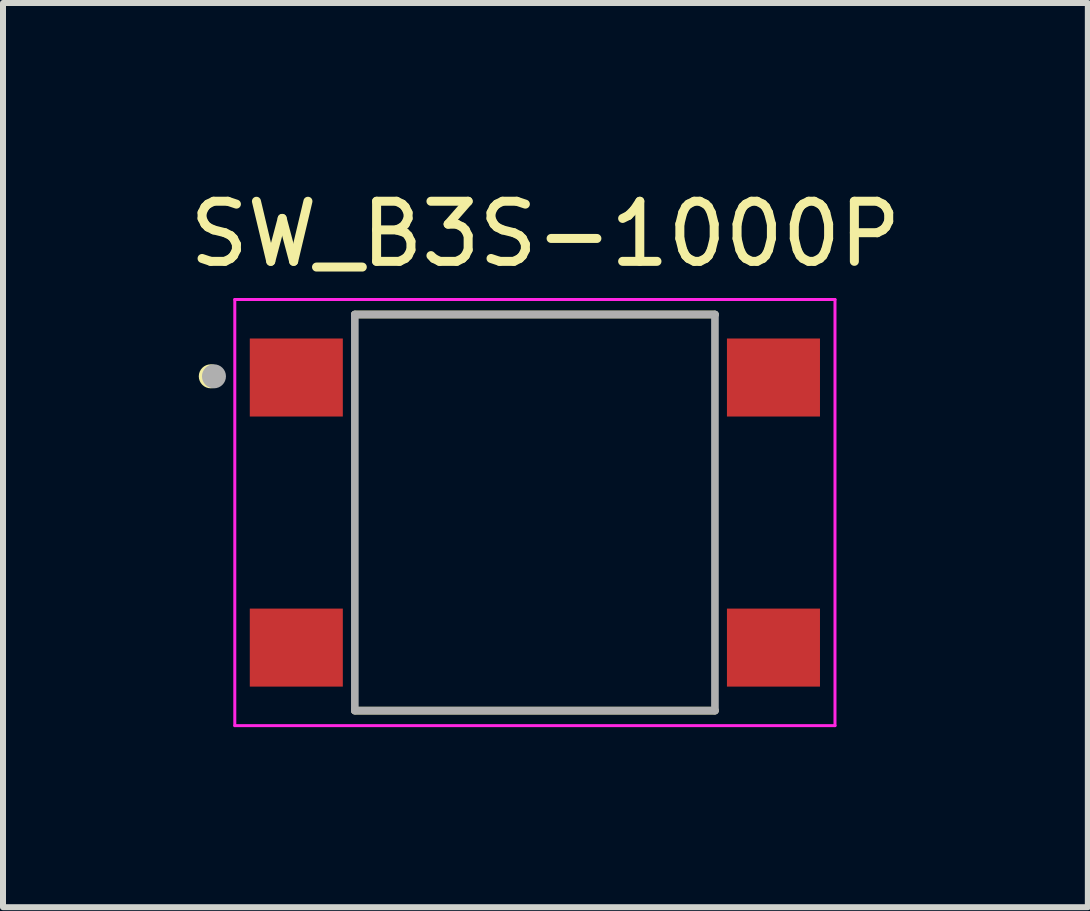
<source format=kicad_pcb>
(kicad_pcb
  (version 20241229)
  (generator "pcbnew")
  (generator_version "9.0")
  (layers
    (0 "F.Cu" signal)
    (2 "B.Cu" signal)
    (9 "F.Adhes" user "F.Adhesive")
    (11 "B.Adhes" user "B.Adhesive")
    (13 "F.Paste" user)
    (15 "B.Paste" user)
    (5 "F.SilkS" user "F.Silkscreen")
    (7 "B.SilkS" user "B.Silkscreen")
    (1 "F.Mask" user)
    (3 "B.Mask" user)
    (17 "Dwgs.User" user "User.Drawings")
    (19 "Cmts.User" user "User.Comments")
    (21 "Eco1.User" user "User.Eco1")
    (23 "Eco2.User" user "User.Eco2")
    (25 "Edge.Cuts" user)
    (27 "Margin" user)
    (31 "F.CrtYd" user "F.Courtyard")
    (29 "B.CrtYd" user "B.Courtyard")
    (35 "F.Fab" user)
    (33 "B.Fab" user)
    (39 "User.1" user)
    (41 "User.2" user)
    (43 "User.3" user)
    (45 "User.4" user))
  (footprint "SW_B3S-1000P"
    (layer "F.Cu")
    (at 5.862 5.49)
    (property "Reference" "SW_B3S-1000P" (at 0.175 -4.641 0) (layer "F.SilkS") (effects (font (size 1.001 1.001) (thickness 0.15))))
    (attr through_hole)
    (fp_line (start -3 3.3) (end 3 3.3) (stroke (width 0.127) (type solid)) (layer "F.SilkS"))
    (fp_line (start 3 -3.3) (end -3 -3.3) (stroke (width 0.127) (type solid)) (layer "F.SilkS"))
    (fp_circle (center -5.4 -2.27) (end -5.3 -2.27) (stroke (width 0.2) (type solid)) (fill no) (layer "F.SilkS"))
    (fp_line (start -5 -3.55) (end 5 -3.55) (stroke (width 0.05) (type solid)) (layer "F.CrtYd"))
    (fp_line (start -5 3.55) (end -5 -3.55) (stroke (width 0.05) (type solid)) (layer "F.CrtYd"))
    (fp_line (start -5 3.55) (end 5 3.55) (stroke (width 0.05) (type solid)) (layer "F.CrtYd"))
    (fp_line (start 5 -3.55) (end 5 3.55) (stroke (width 0.05) (type solid)) (layer "F.CrtYd"))
    (fp_line (start -3 -3.3) (end -3 3.3) (stroke (width 0.127) (type solid)) (layer "F.Fab"))
    (fp_line (start -3 3.3) (end 3 3.3) (stroke (width 0.127) (type solid)) (layer "F.Fab"))
    (fp_line (start 3 -3.3) (end -3 -3.3) (stroke (width 0.127) (type solid)) (layer "F.Fab"))
    (fp_line (start 3 3.3) (end 3 -3.3) (stroke (width 0.127) (type solid)) (layer "F.Fab"))
    (fp_circle (center -5.347 -2.27) (end -5.247 -2.27) (stroke (width 0.2) (type solid)) (fill no) (layer "F.Fab"))
    (pad "1" smd rect (at -3.975 -2.25) (size 1.55 1.3) (layers "F.Cu" "F.Mask" "F.Paste"))
    (pad "2" smd rect (at 3.975 -2.25) (size 1.55 1.3) (layers "F.Cu" "F.Mask" "F.Paste"))
    (pad "3" smd rect (at -3.975 2.25) (size 1.55 1.3) (layers "F.Cu" "F.Mask" "F.Paste"))
    (pad "4" smd rect (at 3.975 2.25) (size 1.55 1.3) (layers "F.Cu" "F.Mask" "F.Paste")))
  (gr_rect
    (start -3 -3)
    (end 15.075 12.065)
    (stroke (width 0.1) (type default))
    (fill no)
    (layer "Edge.Cuts")))
</source>
